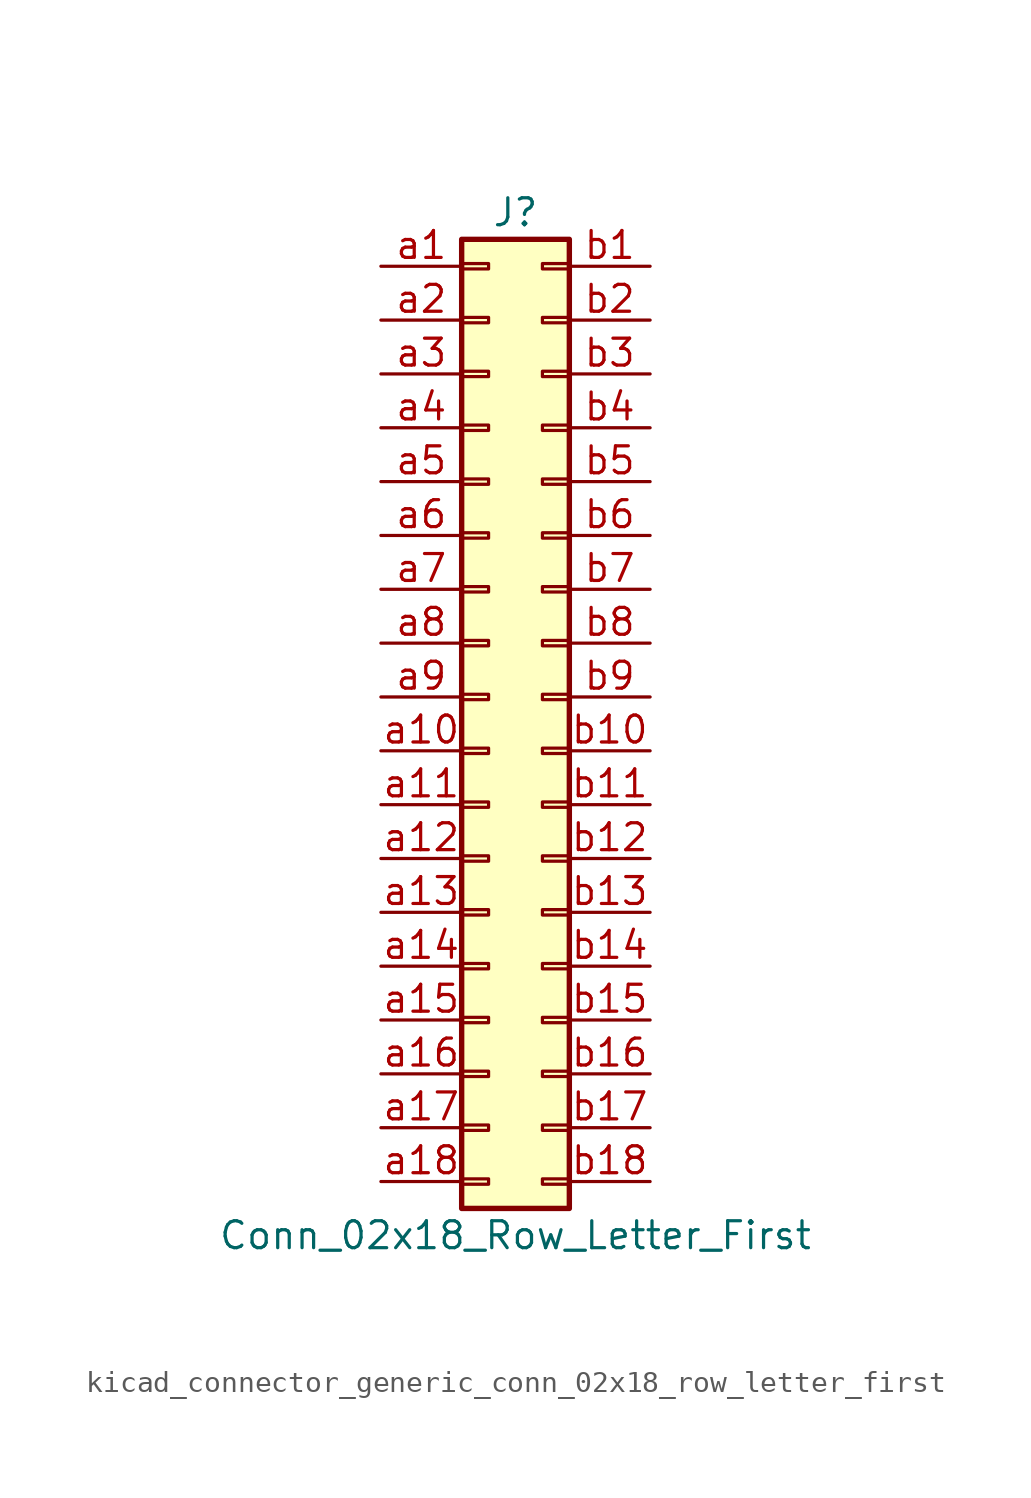
<source format=kicad_sym>
(kicad_symbol_lib
  (version 20220914)
  (generator kicad_symbol_editor)
  (symbol "kicad_connector_generic_conn_02x18_row_letter_first"
    (pin_names
      (offset 1.016) hide)
    (property "Reference" "J"
      (at 1.27 22.86 0)
      (effects (font (size 1.27 1.27))))
    (property "Value" "Conn_02x18_Row_Letter_First"
      (at 1.27 -25.4 0)
      (effects (font (size 1.27 1.27))))
    (symbol "kicad_connector_generic_conn_02x18_row_letter_first_1_1"
      (rectangle (start -1.27 -22.733) (end 0 -22.987) (stroke (width 0.152) (type default)) (fill (type none)))
      (rectangle (start -1.27 -20.193) (end 0 -20.447) (stroke (width 0.152) (type default)) (fill (type none)))
      (rectangle (start -1.27 -17.653) (end 0 -17.907) (stroke (width 0.152) (type default)) (fill (type none)))
      (rectangle (start -1.27 -15.113) (end 0 -15.367) (stroke (width 0.152) (type default)) (fill (type none)))
      (rectangle (start -1.27 -12.573) (end 0 -12.827) (stroke (width 0.152) (type default)) (fill (type none)))
      (rectangle (start -1.27 -10.033) (end 0 -10.287) (stroke (width 0.152) (type default)) (fill (type none)))
      (rectangle (start -1.27 -7.493) (end 0 -7.747) (stroke (width 0.152) (type default)) (fill (type none)))
      (rectangle (start -1.27 -4.953) (end 0 -5.207) (stroke (width 0.152) (type default)) (fill (type none)))
      (rectangle (start -1.27 -2.413) (end 0 -2.667) (stroke (width 0.152) (type default)) (fill (type none)))
      (rectangle (start -1.27 0.127) (end 0 -0.127) (stroke (width 0.152) (type default)) (fill (type none)))
      (rectangle (start -1.27 2.667) (end 0 2.413) (stroke (width 0.152) (type default)) (fill (type none)))
      (rectangle (start -1.27 5.207) (end 0 4.953) (stroke (width 0.152) (type default)) (fill (type none)))
      (rectangle (start -1.27 7.747) (end 0 7.493) (stroke (width 0.152) (type default)) (fill (type none)))
      (rectangle (start -1.27 10.287) (end 0 10.033) (stroke (width 0.152) (type default)) (fill (type none)))
      (rectangle (start -1.27 12.827) (end 0 12.573) (stroke (width 0.152) (type default)) (fill (type none)))
      (rectangle (start -1.27 15.367) (end 0 15.113) (stroke (width 0.152) (type default)) (fill (type none)))
      (rectangle (start -1.27 17.907) (end 0 17.653) (stroke (width 0.152) (type default)) (fill (type none)))
      (rectangle (start -1.27 20.447) (end 0 20.193) (stroke (width 0.152) (type default)) (fill (type none)))
      (rectangle (start -1.27 21.59) (end 3.81 -24.13) (stroke (width 0.254) (type default)) (fill (type background)))
      (rectangle (start 3.81 -22.733) (end 2.54 -22.987) (stroke (width 0.152) (type default)) (fill (type none)))
      (rectangle (start 3.81 -20.193) (end 2.54 -20.447) (stroke (width 0.152) (type default)) (fill (type none)))
      (rectangle (start 3.81 -17.653) (end 2.54 -17.907) (stroke (width 0.152) (type default)) (fill (type none)))
      (rectangle (start 3.81 -15.113) (end 2.54 -15.367) (stroke (width 0.152) (type default)) (fill (type none)))
      (rectangle (start 3.81 -12.573) (end 2.54 -12.827) (stroke (width 0.152) (type default)) (fill (type none)))
      (rectangle (start 3.81 -10.033) (end 2.54 -10.287) (stroke (width 0.152) (type default)) (fill (type none)))
      (rectangle (start 3.81 -7.493) (end 2.54 -7.747) (stroke (width 0.152) (type default)) (fill (type none)))
      (rectangle (start 3.81 -4.953) (end 2.54 -5.207) (stroke (width 0.152) (type default)) (fill (type none)))
      (rectangle (start 3.81 -2.413) (end 2.54 -2.667) (stroke (width 0.152) (type default)) (fill (type none)))
      (rectangle (start 3.81 0.127) (end 2.54 -0.127) (stroke (width 0.152) (type default)) (fill (type none)))
      (rectangle (start 3.81 2.667) (end 2.54 2.413) (stroke (width 0.152) (type default)) (fill (type none)))
      (rectangle (start 3.81 5.207) (end 2.54 4.953) (stroke (width 0.152) (type default)) (fill (type none)))
      (rectangle (start 3.81 7.747) (end 2.54 7.493) (stroke (width 0.152) (type default)) (fill (type none)))
      (rectangle (start 3.81 10.287) (end 2.54 10.033) (stroke (width 0.152) (type default)) (fill (type none)))
      (rectangle (start 3.81 12.827) (end 2.54 12.573) (stroke (width 0.152) (type default)) (fill (type none)))
      (rectangle (start 3.81 15.367) (end 2.54 15.113) (stroke (width 0.152) (type default)) (fill (type none)))
      (rectangle (start 3.81 17.907) (end 2.54 17.653) (stroke (width 0.152) (type default)) (fill (type none)))
      (rectangle (start 3.81 20.447) (end 2.54 20.193) (stroke (width 0.152) (type default)) (fill (type none)))
      (pin passive line (at -5.08 20.32 0) (length 3.81) (name "Pin_a1" (effects (font (size 1.27 1.27)))) (number "a1" (effects (font (size 1.27 1.27)))))
      (pin passive line (at -5.08 -2.54 0) (length 3.81) (name "Pin_a10" (effects (font (size 1.27 1.27)))) (number "a10" (effects (font (size 1.27 1.27)))))
      (pin passive line (at -5.08 -5.08 0) (length 3.81) (name "Pin_a11" (effects (font (size 1.27 1.27)))) (number "a11" (effects (font (size 1.27 1.27)))))
      (pin passive line (at -5.08 -7.62 0) (length 3.81) (name "Pin_a12" (effects (font (size 1.27 1.27)))) (number "a12" (effects (font (size 1.27 1.27)))))
      (pin passive line (at -5.08 -10.16 0) (length 3.81) (name "Pin_a13" (effects (font (size 1.27 1.27)))) (number "a13" (effects (font (size 1.27 1.27)))))
      (pin passive line (at -5.08 -12.7 0) (length 3.81) (name "Pin_a14" (effects (font (size 1.27 1.27)))) (number "a14" (effects (font (size 1.27 1.27)))))
      (pin passive line (at -5.08 -15.24 0) (length 3.81) (name "Pin_a15" (effects (font (size 1.27 1.27)))) (number "a15" (effects (font (size 1.27 1.27)))))
      (pin passive line (at -5.08 -17.78 0) (length 3.81) (name "Pin_a16" (effects (font (size 1.27 1.27)))) (number "a16" (effects (font (size 1.27 1.27)))))
      (pin passive line (at -5.08 -20.32 0) (length 3.81) (name "Pin_a17" (effects (font (size 1.27 1.27)))) (number "a17" (effects (font (size 1.27 1.27)))))
      (pin passive line (at -5.08 -22.86 0) (length 3.81) (name "Pin_a18" (effects (font (size 1.27 1.27)))) (number "a18" (effects (font (size 1.27 1.27)))))
      (pin passive line (at -5.08 17.78 0) (length 3.81) (name "Pin_a2" (effects (font (size 1.27 1.27)))) (number "a2" (effects (font (size 1.27 1.27)))))
      (pin passive line (at -5.08 15.24 0) (length 3.81) (name "Pin_a3" (effects (font (size 1.27 1.27)))) (number "a3" (effects (font (size 1.27 1.27)))))
      (pin passive line (at -5.08 12.7 0) (length 3.81) (name "Pin_a4" (effects (font (size 1.27 1.27)))) (number "a4" (effects (font (size 1.27 1.27)))))
      (pin passive line (at -5.08 10.16 0) (length 3.81) (name "Pin_a5" (effects (font (size 1.27 1.27)))) (number "a5" (effects (font (size 1.27 1.27)))))
      (pin passive line (at -5.08 7.62 0) (length 3.81) (name "Pin_a6" (effects (font (size 1.27 1.27)))) (number "a6" (effects (font (size 1.27 1.27)))))
      (pin passive line (at -5.08 5.08 0) (length 3.81) (name "Pin_a7" (effects (font (size 1.27 1.27)))) (number "a7" (effects (font (size 1.27 1.27)))))
      (pin passive line (at -5.08 2.54 0) (length 3.81) (name "Pin_a8" (effects (font (size 1.27 1.27)))) (number "a8" (effects (font (size 1.27 1.27)))))
      (pin passive line (at -5.08 0 0) (length 3.81) (name "Pin_a9" (effects (font (size 1.27 1.27)))) (number "a9" (effects (font (size 1.27 1.27)))))
      (pin passive line (at 7.62 20.32 180) (length 3.81) (name "Pin_b1" (effects (font (size 1.27 1.27)))) (number "b1" (effects (font (size 1.27 1.27)))))
      (pin passive line (at 7.62 -2.54 180) (length 3.81) (name "Pin_b10" (effects (font (size 1.27 1.27)))) (number "b10" (effects (font (size 1.27 1.27)))))
      (pin passive line (at 7.62 -5.08 180) (length 3.81) (name "Pin_b11" (effects (font (size 1.27 1.27)))) (number "b11" (effects (font (size 1.27 1.27)))))
      (pin passive line (at 7.62 -7.62 180) (length 3.81) (name "Pin_b12" (effects (font (size 1.27 1.27)))) (number "b12" (effects (font (size 1.27 1.27)))))
      (pin passive line (at 7.62 -10.16 180) (length 3.81) (name "Pin_b13" (effects (font (size 1.27 1.27)))) (number "b13" (effects (font (size 1.27 1.27)))))
      (pin passive line (at 7.62 -12.7 180) (length 3.81) (name "Pin_b14" (effects (font (size 1.27 1.27)))) (number "b14" (effects (font (size 1.27 1.27)))))
      (pin passive line (at 7.62 -15.24 180) (length 3.81) (name "Pin_b15" (effects (font (size 1.27 1.27)))) (number "b15" (effects (font (size 1.27 1.27)))))
      (pin passive line (at 7.62 -17.78 180) (length 3.81) (name "Pin_b16" (effects (font (size 1.27 1.27)))) (number "b16" (effects (font (size 1.27 1.27)))))
      (pin passive line (at 7.62 -20.32 180) (length 3.81) (name "Pin_b17" (effects (font (size 1.27 1.27)))) (number "b17" (effects (font (size 1.27 1.27)))))
      (pin passive line (at 7.62 -22.86 180) (length 3.81) (name "Pin_b18" (effects (font (size 1.27 1.27)))) (number "b18" (effects (font (size 1.27 1.27)))))
      (pin passive line (at 7.62 17.78 180) (length 3.81) (name "Pin_b2" (effects (font (size 1.27 1.27)))) (number "b2" (effects (font (size 1.27 1.27)))))
      (pin passive line (at 7.62 15.24 180) (length 3.81) (name "Pin_b3" (effects (font (size 1.27 1.27)))) (number "b3" (effects (font (size 1.27 1.27)))))
      (pin passive line (at 7.62 12.7 180) (length 3.81) (name "Pin_b4" (effects (font (size 1.27 1.27)))) (number "b4" (effects (font (size 1.27 1.27)))))
      (pin passive line (at 7.62 10.16 180) (length 3.81) (name "Pin_b5" (effects (font (size 1.27 1.27)))) (number "b5" (effects (font (size 1.27 1.27)))))
      (pin passive line (at 7.62 7.62 180) (length 3.81) (name "Pin_b6" (effects (font (size 1.27 1.27)))) (number "b6" (effects (font (size 1.27 1.27)))))
      (pin passive line (at 7.62 5.08 180) (length 3.81) (name "Pin_b7" (effects (font (size 1.27 1.27)))) (number "b7" (effects (font (size 1.27 1.27)))))
      (pin passive line (at 7.62 2.54 180) (length 3.81) (name "Pin_b8" (effects (font (size 1.27 1.27)))) (number "b8" (effects (font (size 1.27 1.27)))))
      (pin passive line (at 7.62 0 180) (length 3.81) (name "Pin_b9" (effects (font (size 1.27 1.27)))) (number "b9" (effects (font (size 1.27 1.27))))))))
</source>
